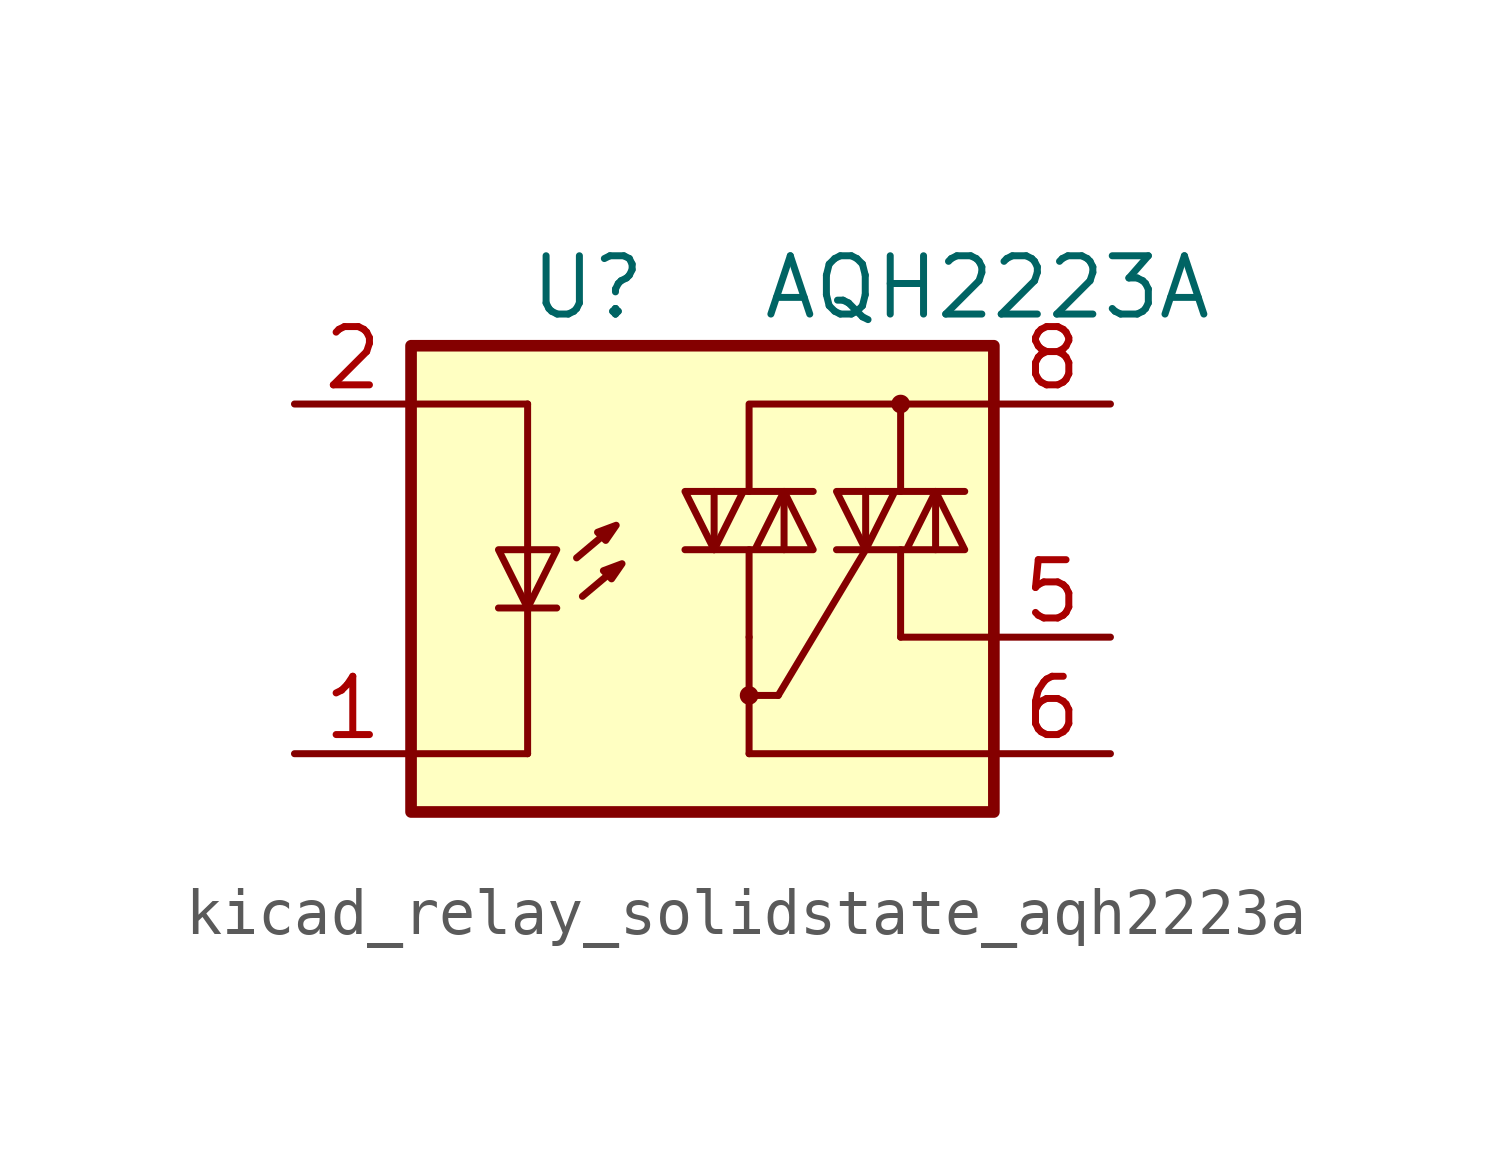
<source format=kicad_sym>
(kicad_symbol_lib
  (version 20220914)
  (generator kicad_symbol_editor)
  (symbol "kicad_relay_solidstate_aqh2223a"
    (property "Reference" "U"
      (at -5.08 5.08 0)
      (effects (font (size 1.27 1.27)) (justify left)))
    (property "Value" "AQH2223A"
      (at 0 5.08 0)
      (effects (font (size 1.27 1.27)) (justify left)))
    (symbol "kicad_relay_solidstate_aqh2223a_1_1"
      (rectangle (start -7.62 3.81) (end 5.08 -6.35) (stroke (width 0.254) (type default)) (fill (type background)))
      (circle (center -0.254 -3.81) (radius 0.127) (stroke (width 0) (type default)) (fill (type none)))
      (polyline (pts (xy -5.715 -1.905) (xy -4.445 -1.905)) (stroke (width 0) (type default)) (fill (type none)))
      (polyline (pts (xy -5.08 -5.08) (xy -7.62 -5.08)) (stroke (width 0) (type default)) (fill (type none)))
      (polyline (pts (xy -5.08 -1.905) (xy -5.08 -5.08)) (stroke (width 0) (type default)) (fill (type none)))
      (polyline (pts (xy -5.08 -0.635) (xy -5.08 -1.905)) (stroke (width 0) (type default)) (fill (type none)))
      (polyline (pts (xy -5.08 -0.635) (xy -5.08 2.54)) (stroke (width 0) (type default)) (fill (type none)))
      (polyline (pts (xy -5.08 2.54) (xy -7.493 2.54)) (stroke (width 0) (type default)) (fill (type none)))
      (polyline (pts (xy -3.378 -0.279) (xy -4.013 -0.813)) (stroke (width 0) (type default)) (fill (type none)))
      (polyline (pts (xy -3.251 -1.118) (xy -3.886 -1.651)) (stroke (width 0) (type default)) (fill (type none)))
      (polyline (pts (xy -1.016 -0.635) (xy -1.016 0.635)) (stroke (width 0) (type default)) (fill (type none)))
      (polyline (pts (xy -0.254 -3.81) (xy 0.381 -3.81)) (stroke (width 0) (type default)) (fill (type none)))
      (polyline (pts (xy -0.254 -2.54) (xy -0.254 -5.08)) (stroke (width 0) (type default)) (fill (type none)))
      (polyline (pts (xy -0.254 -2.54) (xy -0.254 -0.635)) (stroke (width 0) (type default)) (fill (type none)))
      (polyline (pts (xy 0.381 -3.81) (xy 2.286 -0.635)) (stroke (width 0) (type default)) (fill (type none)))
      (polyline (pts (xy 0.508 0.635) (xy 0.508 -0.635)) (stroke (width 0) (type default)) (fill (type none)))
      (polyline (pts (xy 2.286 -0.635) (xy 2.286 0.635)) (stroke (width 0) (type default)) (fill (type none)))
      (polyline (pts (xy 3.048 -2.54) (xy 5.08 -2.54)) (stroke (width 0) (type default)) (fill (type none)))
      (polyline (pts (xy 3.048 -0.635) (xy 3.048 -2.54)) (stroke (width 0) (type default)) (fill (type none)))
      (polyline (pts (xy 3.048 2.54) (xy 3.048 0.635)) (stroke (width 0) (type default)) (fill (type none)))
      (polyline (pts (xy 3.81 0.635) (xy 3.81 -0.635)) (stroke (width 0) (type default)) (fill (type none)))
      (polyline (pts (xy 5.08 -5.08) (xy -0.254 -5.08)) (stroke (width 0) (type default)) (fill (type none)))
      (polyline (pts (xy 5.08 2.54) (xy 3.048 2.54)) (stroke (width 0) (type default)) (fill (type none)))
      (polyline (pts (xy 3.048 2.54) (xy -0.254 2.54) (xy -0.254 0.635)) (stroke (width 0) (type default)) (fill (type none)))
      (polyline (pts (xy -5.08 -1.905) (xy -5.715 -0.635) (xy -4.445 -0.635) (xy -5.08 -1.905)) (stroke (width 0) (type default)) (fill (type none)))
      (polyline (pts (xy -3.556 -0.254) (xy -3.378 -0.432) (xy -3.15 -0.102) (xy -3.556 -0.254)) (stroke (width 0) (type default)) (fill (type none)))
      (polyline (pts (xy -3.429 -1.092) (xy -3.251 -1.27) (xy -3.023 -0.94) (xy -3.429 -1.092)) (stroke (width 0) (type default)) (fill (type none)))
      (polyline (pts (xy -1.651 -0.635) (xy 1.143 -0.635) (xy 0.508 0.635) (xy -0.127 -0.635)) (stroke (width 0) (type default)) (fill (type none)))
      (polyline (pts (xy 1.143 0.635) (xy -1.651 0.635) (xy -1.016 -0.635) (xy -0.381 0.635)) (stroke (width 0) (type default)) (fill (type none)))
      (polyline (pts (xy 1.651 -0.635) (xy 4.445 -0.635) (xy 3.81 0.635) (xy 3.175 -0.635)) (stroke (width 0) (type default)) (fill (type none)))
      (polyline (pts (xy 4.445 0.635) (xy 1.651 0.635) (xy 2.286 -0.635) (xy 2.921 0.635)) (stroke (width 0) (type default)) (fill (type none)))
      (circle (center 3.048 2.54) (radius 0.127) (stroke (width 0) (type default)) (fill (type none)))
      (pin passive line (at -10.16 -5.08 0) (length 2.54) (name "~" (effects (font (size 1.27 1.27)))) (number "1" (effects (font (size 1.27 1.27)))))
      (pin passive line (at -10.16 2.54 0) (length 2.54) (name "~" (effects (font (size 1.27 1.27)))) (number "2" (effects (font (size 1.27 1.27)))))
      (pin passive line (at -10.16 -5.08 0) (length 2.54) hide (name "~" (effects (font (size 1.27 1.27)))) (number "3" (effects (font (size 1.27 1.27)))))
      (pin passive line (at -10.16 -5.08 0) (length 2.54) hide (name "~" (effects (font (size 1.27 1.27)))) (number "4" (effects (font (size 1.27 1.27)))))
      (pin passive line (at 7.62 -2.54 180) (length 2.54) (name "~" (effects (font (size 1.27 1.27)))) (number "5" (effects (font (size 1.27 1.27)))))
      (pin passive line (at 7.62 -5.08 180) (length 2.54) (name "~" (effects (font (size 1.27 1.27)))) (number "6" (effects (font (size 1.27 1.27)))))
      (pin passive line (at 7.62 2.54 180) (length 2.54) (name "~" (effects (font (size 1.27 1.27)))) (number "8" (effects (font (size 1.27 1.27))))))))
</source>
